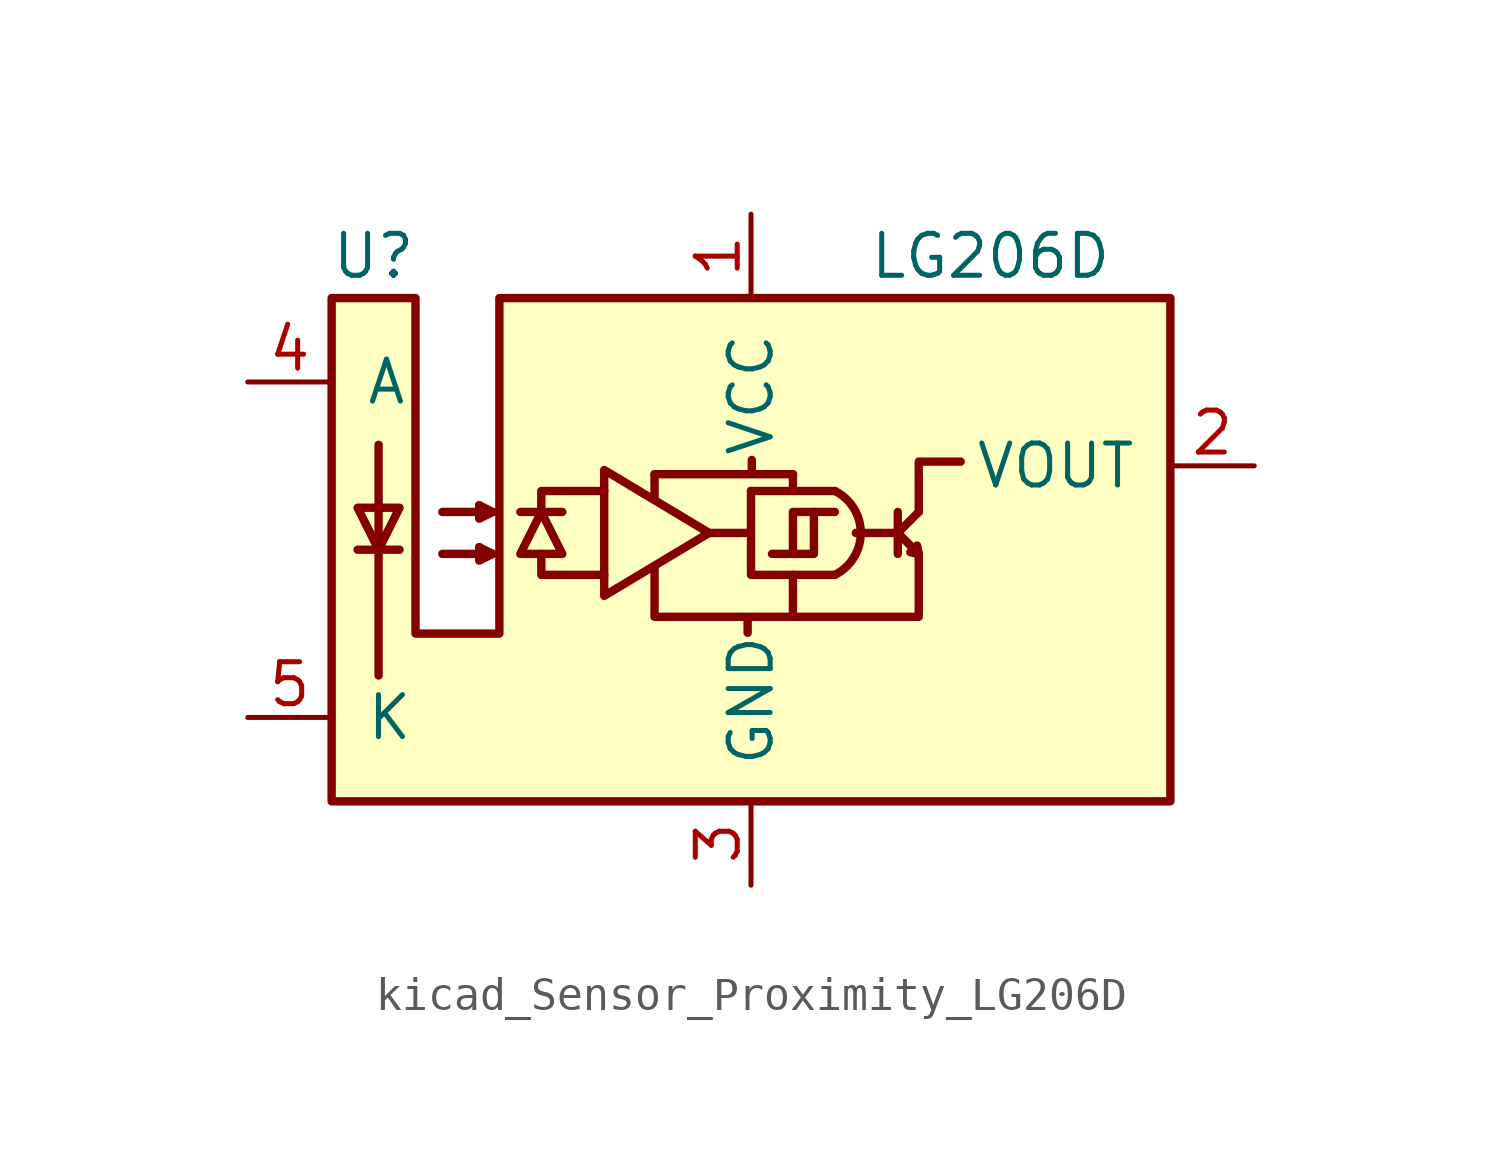
<source format=kicad_sym>
(kicad_symbol_lib
  (version 20220914)
  (generator kicad_symbol_editor)
  (symbol "kicad_Sensor_Proximity_LG206D"
    (pin_names
      (offset 1.016))
    (property "Reference" "U"
      (at -11.43 8.89 0)
      (effects (font (size 1.27 1.27))))
    (property "Value" "LG206D"
      (at 3.556 8.89 0)
      (effects (font (size 1.27 1.27)) (justify left)))
    (symbol "kicad_Sensor_Proximity_LG206D_0_1"
      (polyline (pts (xy -11.913 0) (xy -10.643 0)) (stroke (width 0.254) (type default)) (fill (type none)))
      (polyline (pts (xy -11.278 -3.81) (xy -11.278 3.175)) (stroke (width 0.254) (type default)) (fill (type none)))
      (polyline (pts (xy -6.985 1.143) (xy -5.715 1.143)) (stroke (width 0.254) (type default)) (fill (type none)))
      (polyline (pts (xy -2.921 1.524) (xy -2.921 2.286)) (stroke (width 0.254) (type default)) (fill (type none)))
      (polyline (pts (xy -2.921 2.286) (xy 1.27 2.286)) (stroke (width 0.254) (type default)) (fill (type none)))
      (polyline (pts (xy -1.27 0.508) (xy 0 0.508)) (stroke (width 0.254) (type default)) (fill (type none)))
      (polyline (pts (xy -0.102 -2.515) (xy -0.102 -2.083)) (stroke (width 0.254) (type default)) (fill (type none)))
      (polyline (pts (xy 0 1.778) (xy 2.54 1.778)) (stroke (width 0.254) (type default)) (fill (type none)))
      (polyline (pts (xy 0.025 2.311) (xy 0.025 2.718)) (stroke (width 0.254) (type default)) (fill (type none)))
      (polyline (pts (xy 1.27 1.93) (xy 1.27 2.286)) (stroke (width 0.254) (type default)) (fill (type none)))
      (polyline (pts (xy 3.175 0.508) (xy 4.445 0.508)) (stroke (width 0.254) (type default)) (fill (type none)))
      (polyline (pts (xy 4.445 0.508) (xy 5.08 -0.127)) (stroke (width 0.254) (type default)) (fill (type none)))
      (polyline (pts (xy 4.445 0.508) (xy 5.08 1.143)) (stroke (width 0.254) (type default)) (fill (type none)))
      (polyline (pts (xy 4.445 1.143) (xy 4.445 -0.127)) (stroke (width 0.254) (type default)) (fill (type none)))
      (polyline (pts (xy -9.347 -0.127) (xy -7.823 -0.127) (xy -8.23 0.076)) (stroke (width 0.254) (type default)) (fill (type none)))
      (polyline (pts (xy -9.347 1.143) (xy -7.823 1.143) (xy -8.23 1.346)) (stroke (width 0.254) (type default)) (fill (type none)))
      (polyline (pts (xy -8.23 0.076) (xy -8.23 -0.33) (xy -7.823 -0.127)) (stroke (width 0.254) (type default)) (fill (type none)))
      (polyline (pts (xy -8.23 1.346) (xy -8.23 0.94) (xy -7.823 1.143)) (stroke (width 0.254) (type default)) (fill (type none)))
      (polyline (pts (xy -6.35 -0.127) (xy -6.35 -0.762) (xy -4.445 -0.762)) (stroke (width 0.254) (type default)) (fill (type none)))
      (polyline (pts (xy -6.35 1.143) (xy -6.35 1.778) (xy -4.445 1.778)) (stroke (width 0.254) (type default)) (fill (type none)))
      (polyline (pts (xy 0 1.778) (xy 0 -0.762) (xy 2.54 -0.762)) (stroke (width 0.254) (type default)) (fill (type none)))
      (polyline (pts (xy 1.27 -2.032) (xy -2.921 -2.032) (xy -2.921 -0.508)) (stroke (width 0.254) (type default)) (fill (type none)))
      (polyline (pts (xy 1.905 1.143) (xy 1.27 1.143) (xy 1.27 -0.127)) (stroke (width 0.254) (type default)) (fill (type none)))
      (polyline (pts (xy 5.08 1.143) (xy 5.08 2.667) (xy 6.35 2.667)) (stroke (width 0.254) (type default)) (fill (type none)))
      (polyline (pts (xy -11.913 1.27) (xy -10.643 1.27) (xy -11.278 0) (xy -11.913 1.27)) (stroke (width 0.254) (type default)) (fill (type none)))
      (polyline (pts (xy -6.985 -0.127) (xy -5.715 -0.127) (xy -6.35 1.143) (xy -6.985 -0.127)) (stroke (width 0.254) (type default)) (fill (type none)))
      (polyline (pts (xy -4.445 2.413) (xy -4.445 -1.397) (xy -1.27 0.508) (xy -4.445 2.413)) (stroke (width 0.254) (type default)) (fill (type none)))
      (polyline (pts (xy 0.635 -0.127) (xy 1.905 -0.127) (xy 1.905 1.143) (xy 2.54 1.143)) (stroke (width 0.254) (type default)) (fill (type none)))
      (polyline (pts (xy 1.27 -0.762) (xy 1.27 -2.032) (xy 5.08 -2.032) (xy 5.08 -0.127)) (stroke (width 0.254) (type default)) (fill (type none)))
      (polyline (pts (xy 5.08 -0.127) (xy 4.826 -0.076) (xy 5.029 0.127) (xy 5.08 -0.127)) (stroke (width 0.254) (type default)) (fill (type none)))
      (polyline (pts (xy -12.7 -7.62) (xy 12.7 -7.62) (xy 12.7 7.62) (xy -7.62 7.62) (xy -7.62 -2.54) (xy -10.16 -2.54) (xy -10.16 7.62) (xy -12.7 7.62) (xy -12.7 -7.62)) (stroke (width 0.254) (type default)) (fill (type background)))
      (arc (start 2.54 -0.762) (mid 3.3249 0.508) (end 2.54 1.778) (stroke (width 0.254) (type default)) (fill (type none))))
    (symbol "kicad_Sensor_Proximity_LG206D_1_1"
      (pin power_in line (at 0 10.16 270) (length 2.54) (name "VCC" (effects (font (size 1.27 1.27)))) (number "1" (effects (font (size 1.27 1.27)))))
      (pin open_collector line (at 15.24 2.54 180) (length 2.54) (name "VOUT" (effects (font (size 1.27 1.27)))) (number "2" (effects (font (size 1.27 1.27)))))
      (pin power_in line (at 0 -10.16 90) (length 2.54) (name "GND" (effects (font (size 1.27 1.27)))) (number "3" (effects (font (size 1.27 1.27)))))
      (pin passive line (at -15.24 5.08 0) (length 2.54) (name "A" (effects (font (size 1.27 1.27)))) (number "4" (effects (font (size 1.27 1.27)))))
      (pin passive line (at -15.24 -5.08 0) (length 2.54) (name "K" (effects (font (size 1.27 1.27)))) (number "5" (effects (font (size 1.27 1.27))))))))
</source>
